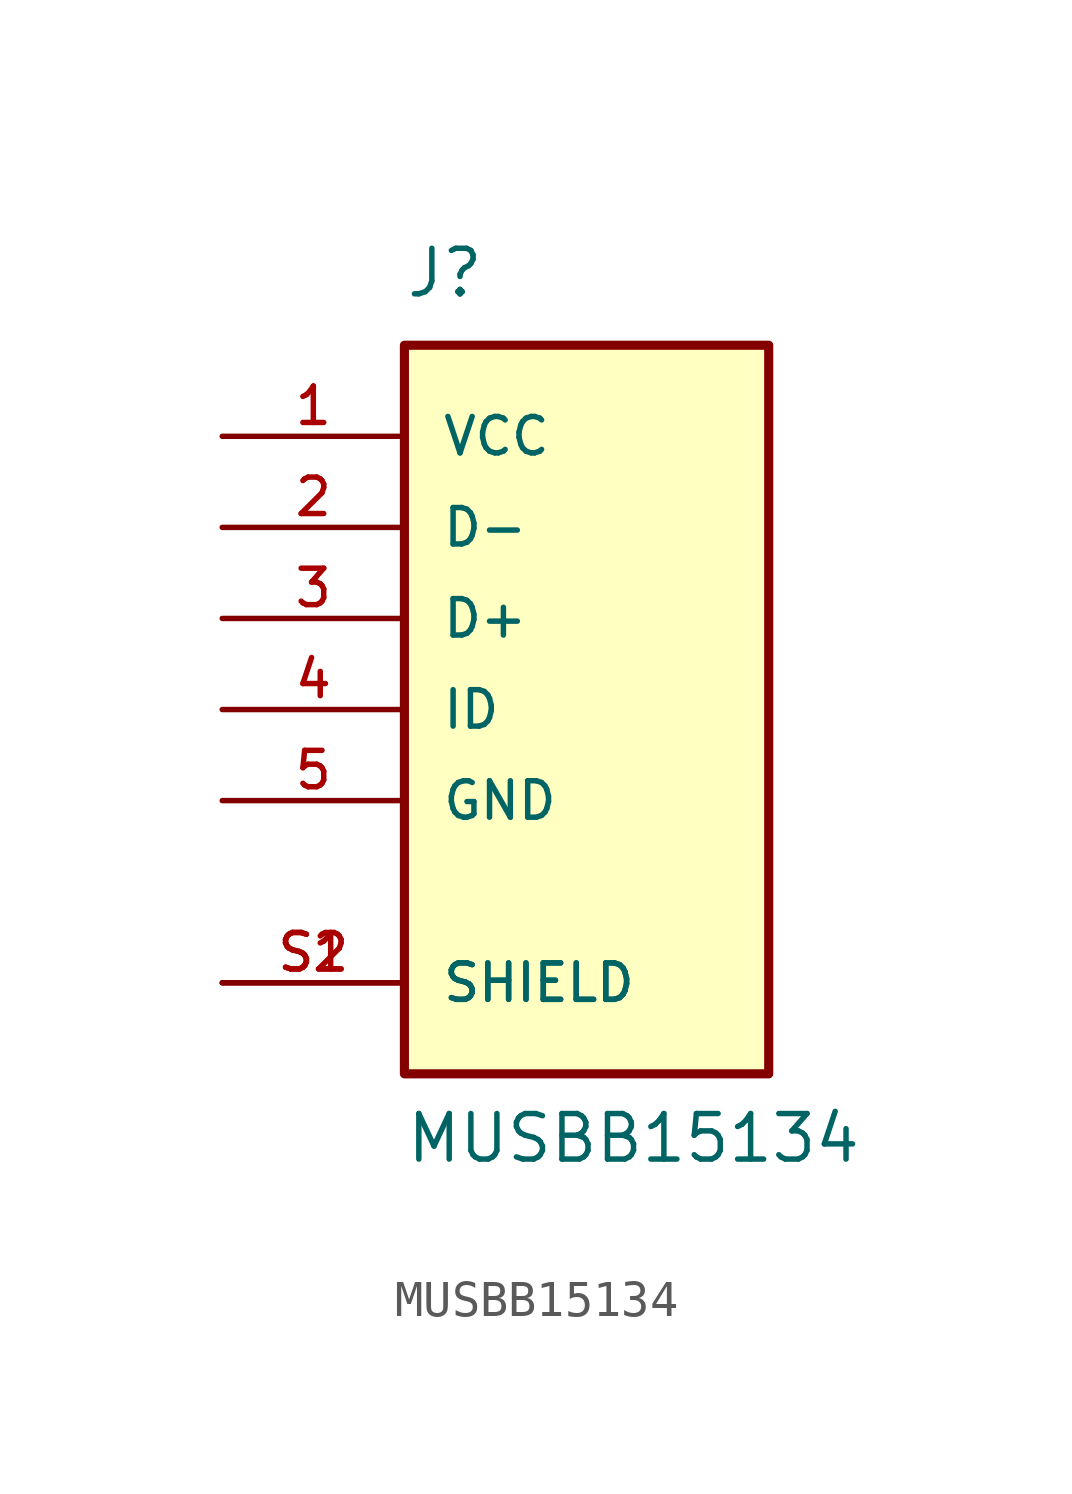
<source format=kicad_sym>
(kicad_symbol_lib
  (version 20211014)
  (generator kicad_symbol_editor)
  (symbol "MUSBB15134"
    (pin_names
      (offset 1.016))
    (property "Reference" "J"
      (at -5.08 11.43 0)
      (effects (font (size 1.27 1.27)) (justify left bottom)))
    (property "Value" "MUSBB15134"
      (at -5.08 -12.7 0)
      (effects (font (size 1.27 1.27)) (justify left bottom)))
    (symbol "MUSBB15134_0_0"
      (rectangle (start -5.08 -10.16) (end 5.08 10.16) (stroke (width 0.254) (type default) (color 0 0 0 0)) (fill (type background)))
      (pin power_in line (at -10.16 7.62 0) (length 5.08) (name "VCC" (effects (font (size 1.016 1.016)))) (number "1" (effects (font (size 1.016 1.016)))))
      (pin bidirectional line (at -10.16 5.08 0) (length 5.08) (name "D-" (effects (font (size 1.016 1.016)))) (number "2" (effects (font (size 1.016 1.016)))))
      (pin bidirectional line (at -10.16 2.54 0) (length 5.08) (name "D+" (effects (font (size 1.016 1.016)))) (number "3" (effects (font (size 1.016 1.016)))))
      (pin bidirectional line (at -10.16 0 0) (length 5.08) (name "ID" (effects (font (size 1.016 1.016)))) (number "4" (effects (font (size 1.016 1.016)))))
      (pin power_in line (at -10.16 -2.54 0) (length 5.08) (name "GND" (effects (font (size 1.016 1.016)))) (number "5" (effects (font (size 1.016 1.016)))))
      (pin passive line (at -10.16 -7.62 0) (length 5.08) (name "SHIELD" (effects (font (size 1.016 1.016)))) (number "S1" (effects (font (size 1.016 1.016)))))
      (pin passive line (at -10.16 -7.62 0) (length 5.08) (name "SHIELD" (effects (font (size 1.016 1.016)))) (number "S2" (effects (font (size 1.016 1.016))))))))
</source>
